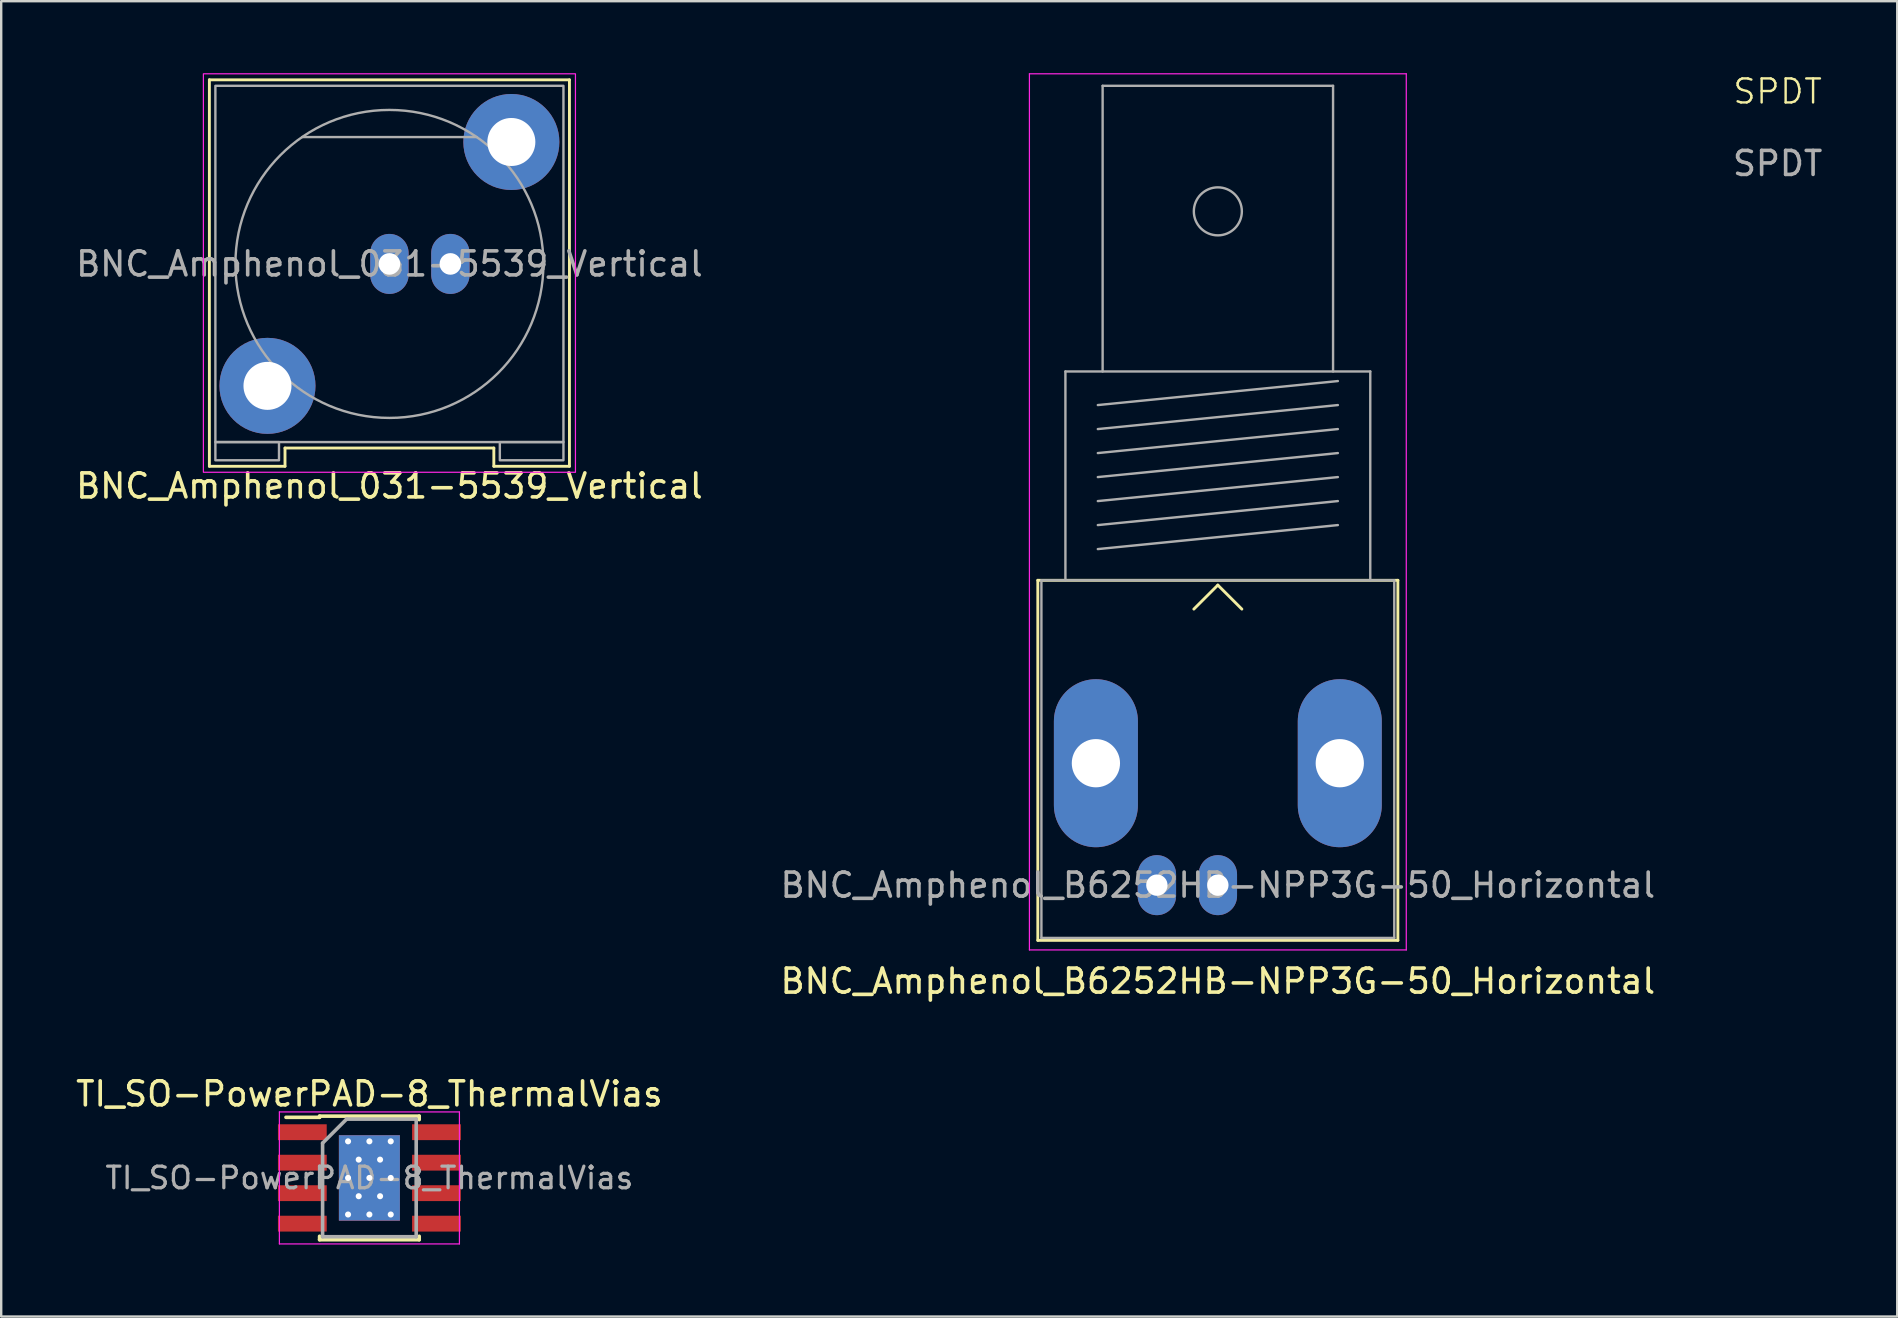
<source format=kicad_pcb>
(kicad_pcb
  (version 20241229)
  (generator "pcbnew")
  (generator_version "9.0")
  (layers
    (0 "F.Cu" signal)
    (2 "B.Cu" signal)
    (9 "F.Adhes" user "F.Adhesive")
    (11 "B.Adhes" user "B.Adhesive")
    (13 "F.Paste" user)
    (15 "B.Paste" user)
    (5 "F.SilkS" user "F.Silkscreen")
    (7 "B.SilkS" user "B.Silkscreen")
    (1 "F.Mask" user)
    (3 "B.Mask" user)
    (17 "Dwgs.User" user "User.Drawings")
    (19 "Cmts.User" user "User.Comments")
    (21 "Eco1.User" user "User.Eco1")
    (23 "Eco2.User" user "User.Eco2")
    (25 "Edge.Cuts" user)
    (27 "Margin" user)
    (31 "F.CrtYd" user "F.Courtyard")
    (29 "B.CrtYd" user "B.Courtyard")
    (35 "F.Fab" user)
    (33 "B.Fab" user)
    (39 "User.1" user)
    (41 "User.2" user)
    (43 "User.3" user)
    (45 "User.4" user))
  (footprint "BNC_Amphenol_031-5539_Vertical"
    (layer "F.Cu")
    (at 13.173 7.945)
    (property "Reference" "BNC_Amphenol_031-5539_Vertical" (at 0 9.25 180) (layer "F.SilkS") (effects (font (size 1 1) (thickness 0.15))))
    (attr through_hole)
    (fp_line (start -7.5 -7.67) (end 7.5 -7.67) (stroke (width 0.12) (type solid)) (layer "F.SilkS"))
    (fp_line (start -7.5 8.43) (end -7.5 -7.67) (stroke (width 0.12) (type solid)) (layer "F.SilkS"))
    (fp_line (start -4.35 7.67) (end -4.35 8.43) (stroke (width 0.12) (type solid)) (layer "F.SilkS"))
    (fp_line (start -4.35 8.43) (end -7.5 8.43) (stroke (width 0.12) (type solid)) (layer "F.SilkS"))
    (fp_line (start 4.35 7.67) (end -4.35 7.67) (stroke (width 0.12) (type solid)) (layer "F.SilkS"))
    (fp_line (start 4.35 8.43) (end 4.35 7.67) (stroke (width 0.12) (type solid)) (layer "F.SilkS"))
    (fp_line (start 7.5 -7.67) (end 7.5 8.43) (stroke (width 0.12) (type solid)) (layer "F.SilkS"))
    (fp_line (start 7.5 8.43) (end 4.35 8.43) (stroke (width 0.12) (type solid)) (layer "F.SilkS"))
    (fp_rect (start 7.75 8.68) (end -7.75 -7.92) (stroke (width 0.05) (type solid)) (fill no) (layer "F.CrtYd"))
    (fp_line (start -3.636 -5.285) (end 3.636 -5.285) (stroke (width 0.1) (type solid)) (layer "F.Fab"))
    (fp_rect (start -4.6 7.42) (end -7.25 8.18) (stroke (width 0.1) (type solid)) (fill no) (layer "F.Fab"))
    (fp_rect (start 7.25 7.42) (end -7.25 -7.42) (stroke (width 0.1) (type solid)) (fill no) (layer "F.Fab"))
    (fp_rect (start 7.25 7.42) (end 4.6 8.18) (stroke (width 0.1) (type solid)) (fill no) (layer "F.Fab"))
    (fp_circle (center 0 0) (end 6.415 0) (stroke (width 0.1) (type solid)) (fill no) (layer "F.Fab"))
    (fp_text user "${REFERENCE}" (at 0 0 180) (layer "F.Fab") (effects (font (size 1 1) (thickness 0.15))))
    (pad "" thru_hole circle (at -5.08 5.08 180) (size 4 4) (drill 2) (layers "*.Cu" "*.Mask"))
    (pad "" thru_hole circle (at 5.08 -5.08 180) (size 4 4) (drill 2) (layers "*.Cu" "*.Mask"))
    (pad "1" thru_hole oval (at 0 0 180) (size 1.6 2.5) (drill 0.9) (layers "*.Cu" "*.Mask"))
    (pad "2" thru_hole oval (at 2.54 0 180) (size 1.6 2.5) (drill 0.9) (layers "*.Cu" "*.Mask")))
  (footprint "TI_SO-PowerPAD-8_ThermalVias"
    (layer "F.Cu")
    (at 12.339 46.022)
    (property "Reference" "TI_SO-PowerPAD-8_ThermalVias" (at 0 -3.5 0) (layer "F.SilkS") (effects (font (size 1 1) (thickness 0.15))))
    (attr smd)
    (fp_line (start -2.075 -2.575) (end -2.075 -2.525) (stroke (width 0.15) (type solid)) (layer "F.SilkS"))
    (fp_line (start -2.075 -2.575) (end 2.075 -2.575) (stroke (width 0.15) (type solid)) (layer "F.SilkS"))
    (fp_line (start -2.075 -2.525) (end -3.475 -2.525) (stroke (width 0.15) (type solid)) (layer "F.SilkS"))
    (fp_line (start -2.075 2.575) (end -2.075 2.43) (stroke (width 0.15) (type solid)) (layer "F.SilkS"))
    (fp_line (start -2.075 2.575) (end 2.075 2.575) (stroke (width 0.15) (type solid)) (layer "F.SilkS"))
    (fp_line (start 2.075 -2.575) (end 2.075 -2.43) (stroke (width 0.15) (type solid)) (layer "F.SilkS"))
    (fp_line (start 2.075 2.575) (end 2.075 2.43) (stroke (width 0.15) (type solid)) (layer "F.SilkS"))
    (fp_line (start -3.75 -2.75) (end -3.75 2.75) (stroke (width 0.05) (type solid)) (layer "F.CrtYd"))
    (fp_line (start -3.75 -2.75) (end 3.75 -2.75) (stroke (width 0.05) (type solid)) (layer "F.CrtYd"))
    (fp_line (start -3.75 2.75) (end 3.75 2.75) (stroke (width 0.05) (type solid)) (layer "F.CrtYd"))
    (fp_line (start 3.75 -2.75) (end 3.75 2.75) (stroke (width 0.05) (type solid)) (layer "F.CrtYd"))
    (fp_line (start -1.95 -1.45) (end -0.95 -2.45) (stroke (width 0.15) (type solid)) (layer "F.Fab"))
    (fp_line (start -1.95 2.45) (end -1.95 -1.45) (stroke (width 0.15) (type solid)) (layer "F.Fab"))
    (fp_line (start -0.95 -2.45) (end 1.95 -2.45) (stroke (width 0.15) (type solid)) (layer "F.Fab"))
    (fp_line (start 1.95 -2.45) (end 1.95 2.45) (stroke (width 0.15) (type solid)) (layer "F.Fab"))
    (fp_line (start 1.95 2.45) (end -1.95 2.45) (stroke (width 0.15) (type solid)) (layer "F.Fab"))
    (fp_text user "${REFERENCE}" (at 0 0 0) (layer "F.Fab") (effects (font (size 0.9 0.9) (thickness 0.135))))
    (pad "1" smd rect (at -2.794 -1.905) (size 2.032 0.66) (layers "F.Cu" "F.Mask" "F.Paste"))
    (pad "2" smd rect (at -2.794 -0.635) (size 2.032 0.66) (layers "F.Cu" "F.Mask" "F.Paste"))
    (pad "3" smd rect (at -2.794 0.635) (size 2.032 0.66) (layers "F.Cu" "F.Mask" "F.Paste"))
    (pad "4" smd rect (at -2.794 1.905) (size 2.032 0.66) (layers "F.Cu" "F.Mask" "F.Paste"))
    (pad "5" smd rect (at 2.794 1.905) (size 2.032 0.66) (layers "F.Cu" "F.Mask" "F.Paste"))
    (pad "6" smd rect (at 2.794 0.635) (size 2.032 0.66) (layers "F.Cu" "F.Mask" "F.Paste"))
    (pad "7" smd rect (at 2.794 -0.635) (size 2.032 0.66) (layers "F.Cu" "F.Mask" "F.Paste"))
    (pad "8" smd rect (at 2.794 -1.905) (size 2.032 0.66) (layers "F.Cu" "F.Mask" "F.Paste"))
    (pad "9" thru_hole circle (at -0.889 -1.524) (size 0.356 0.356) (drill 0.254) (layers "*.Cu" "*.Mask"))
    (pad "9" thru_hole circle (at -0.889 0) (size 0.356 0.356) (drill 0.254) (layers "*.Cu" "*.Mask"))
    (pad "9" thru_hole circle (at -0.889 1.524) (size 0.356 0.356) (drill 0.254) (layers "*.Cu" "*.Mask"))
    (pad "9" thru_hole circle (at -0.445 -0.762) (size 0.356 0.356) (drill 0.254) (layers "*.Cu" "*.Mask"))
    (pad "9" thru_hole circle (at -0.445 0.762) (size 0.356 0.356) (drill 0.254) (layers "*.Cu" "*.Mask"))
    (pad "9" thru_hole circle (at 0 -1.524) (size 0.356 0.356) (drill 0.254) (layers "*.Cu" "*.Mask"))
    (pad "9" thru_hole circle (at 0 0) (size 0.356 0.356) (drill 0.254) (layers "*.Cu" "*.Mask"))
    (pad "9" smd rect (at 0 0) (size 2.54 3.556) (layers "F.Cu"))
    (pad "9" smd rect (at 0 0) (size 2.54 3.556) (layers "F.Cu" "F.Mask" "F.Paste"))
    (pad "9" smd rect (at 0 0) (size 2.54 3.556) (layers "B.Cu"))
    (pad "9" thru_hole circle (at 0 1.524) (size 0.356 0.356) (drill 0.254) (layers "*.Cu" "*.Mask"))
    (pad "9" thru_hole circle (at 0.445 -0.762) (size 0.356 0.356) (drill 0.254) (layers "*.Cu" "*.Mask"))
    (pad "9" thru_hole circle (at 0.445 0.762) (size 0.356 0.356) (drill 0.254) (layers "*.Cu" "*.Mask"))
    (pad "9" thru_hole circle (at 0.889 -1.524) (size 0.356 0.356) (drill 0.254) (layers "*.Cu" "*.Mask"))
    (pad "9" thru_hole circle (at 0.889 0) (size 0.356 0.356) (drill 0.254) (layers "*.Cu" "*.Mask"))
    (pad "9" thru_hole circle (at 0.889 1.524) (size 0.356 0.356) (drill 0.254) (layers "*.Cu" "*.Mask")))
  (footprint "SPDT"
    (layer "F.Cu")
    (at 71.006 1.26)
    (property "Reference" "SPDT" (at 0 -0.5 0) (unlocked yes) (layer "F.SilkS") (effects (font (size 1 1) (thickness 0.1))))
    (attr through_hole)
    (fp_text user "${REFERENCE}" (at 0 2.5 0) (unlocked yes) (layer "F.Fab") (effects (font (size 1 1) (thickness 0.15)))))
  (footprint "BNC_Amphenol_B6252HB-NPP3G-50_Horizontal"
    (layer "F.Cu")
    (at 47.685 33.825)
    (property "Reference" "BNC_Amphenol_B6252HB-NPP3G-50_Horizontal" (at 0 4 0) (layer "F.SilkS") (effects (font (size 1 1) (thickness 0.15))))
    (attr through_hole)
    (fp_line (start -7.5 -12.7) (end 7.5 -12.7) (stroke (width 0.12) (type solid)) (layer "F.SilkS"))
    (fp_line (start -7.5 2.3) (end -7.5 -12.7) (stroke (width 0.12) (type solid)) (layer "F.SilkS"))
    (fp_line (start 0 -12.5) (end -1 -11.5) (stroke (width 0.12) (type solid)) (layer "F.SilkS"))
    (fp_line (start 0 -12.5) (end 1 -11.5) (stroke (width 0.12) (type solid)) (layer "F.SilkS"))
    (fp_line (start 7.5 -12.7) (end 7.5 2.3) (stroke (width 0.12) (type solid)) (layer "F.SilkS"))
    (fp_line (start 7.5 2.3) (end -7.5 2.3) (stroke (width 0.12) (type solid)) (layer "F.SilkS"))
    (fp_line (start -7.85 2.7) (end -7.85 -33.8) (stroke (width 0.05) (type solid)) (layer "F.CrtYd"))
    (fp_line (start -7.85 2.7) (end 7.85 2.7) (stroke (width 0.05) (type solid)) (layer "F.CrtYd"))
    (fp_line (start 7.85 -33.8) (end -7.85 -33.8) (stroke (width 0.05) (type solid)) (layer "F.CrtYd"))
    (fp_line (start 7.85 2.7) (end 7.85 -33.8) (stroke (width 0.05) (type solid)) (layer "F.CrtYd"))
    (fp_line (start -7.35 -12.7) (end -7.35 2.2) (stroke (width 0.1) (type solid)) (layer "F.Fab"))
    (fp_line (start -7.35 2.2) (end 7.35 2.2) (stroke (width 0.1) (type solid)) (layer "F.Fab"))
    (fp_line (start -6.35 -21.4) (end -6.35 -12.7) (stroke (width 0.1) (type solid)) (layer "F.Fab"))
    (fp_line (start -5 -20) (end 5 -21) (stroke (width 0.1) (type solid)) (layer "F.Fab"))
    (fp_line (start -5 -19) (end 5 -20) (stroke (width 0.1) (type solid)) (layer "F.Fab"))
    (fp_line (start -5 -18) (end 5 -19) (stroke (width 0.1) (type solid)) (layer "F.Fab"))
    (fp_line (start -5 -17) (end 5 -18) (stroke (width 0.1) (type solid)) (layer "F.Fab"))
    (fp_line (start -5 -16) (end 5 -17) (stroke (width 0.1) (type solid)) (layer "F.Fab"))
    (fp_line (start -5 -15) (end 5 -16) (stroke (width 0.1) (type solid)) (layer "F.Fab"))
    (fp_line (start -5 -14) (end 5 -15) (stroke (width 0.1) (type solid)) (layer "F.Fab"))
    (fp_line (start -4.8 -33.3) (end -4.8 -21.4) (stroke (width 0.1) (type solid)) (layer "F.Fab"))
    (fp_line (start 4.8 -33.3) (end -4.8 -33.3) (stroke (width 0.1) (type solid)) (layer "F.Fab"))
    (fp_line (start 4.8 -21.4) (end 4.8 -33.3) (stroke (width 0.1) (type solid)) (layer "F.Fab"))
    (fp_line (start 6.35 -21.4) (end -6.35 -21.4) (stroke (width 0.1) (type solid)) (layer "F.Fab"))
    (fp_line (start 6.35 -12.7) (end 6.35 -21.4) (stroke (width 0.1) (type solid)) (layer "F.Fab"))
    (fp_line (start 7.35 -12.7) (end -7.35 -12.7) (stroke (width 0.1) (type solid)) (layer "F.Fab"))
    (fp_line (start 7.35 2.2) (end 7.35 -12.7) (stroke (width 0.1) (type solid)) (layer "F.Fab"))
    (fp_circle (center 0 -28.07) (end 1 -28.07) (stroke (width 0.1) (type solid)) (fill no) (layer "F.Fab"))
    (fp_text user "${REFERENCE}" (at 0 0 0) (layer "F.Fab") (effects (font (size 1 1) (thickness 0.15))))
    (pad "1" thru_hole oval (at 0 0) (size 1.6 2.5) (drill 0.89) (layers "*.Cu" "*.Mask"))
    (pad "2" thru_hole oval (at -2.54 0) (size 1.6 2.5) (drill 0.89) (layers "*.Cu" "*.Mask"))
    (pad "3" thru_hole oval (at -5.08 -5.08) (size 3.5 7) (drill 2.01) (layers "*.Cu" "*.Mask"))
    (pad "3" thru_hole oval (at 5.08 -5.08) (size 3.5 7) (drill 2.01) (layers "*.Cu" "*.Mask")))
  (gr_rect
    (start -3 -3)
    (end 75.988 51.797)
    (stroke (width 0.1) (type default))
    (fill no)
    (layer "Edge.Cuts")))
</source>
